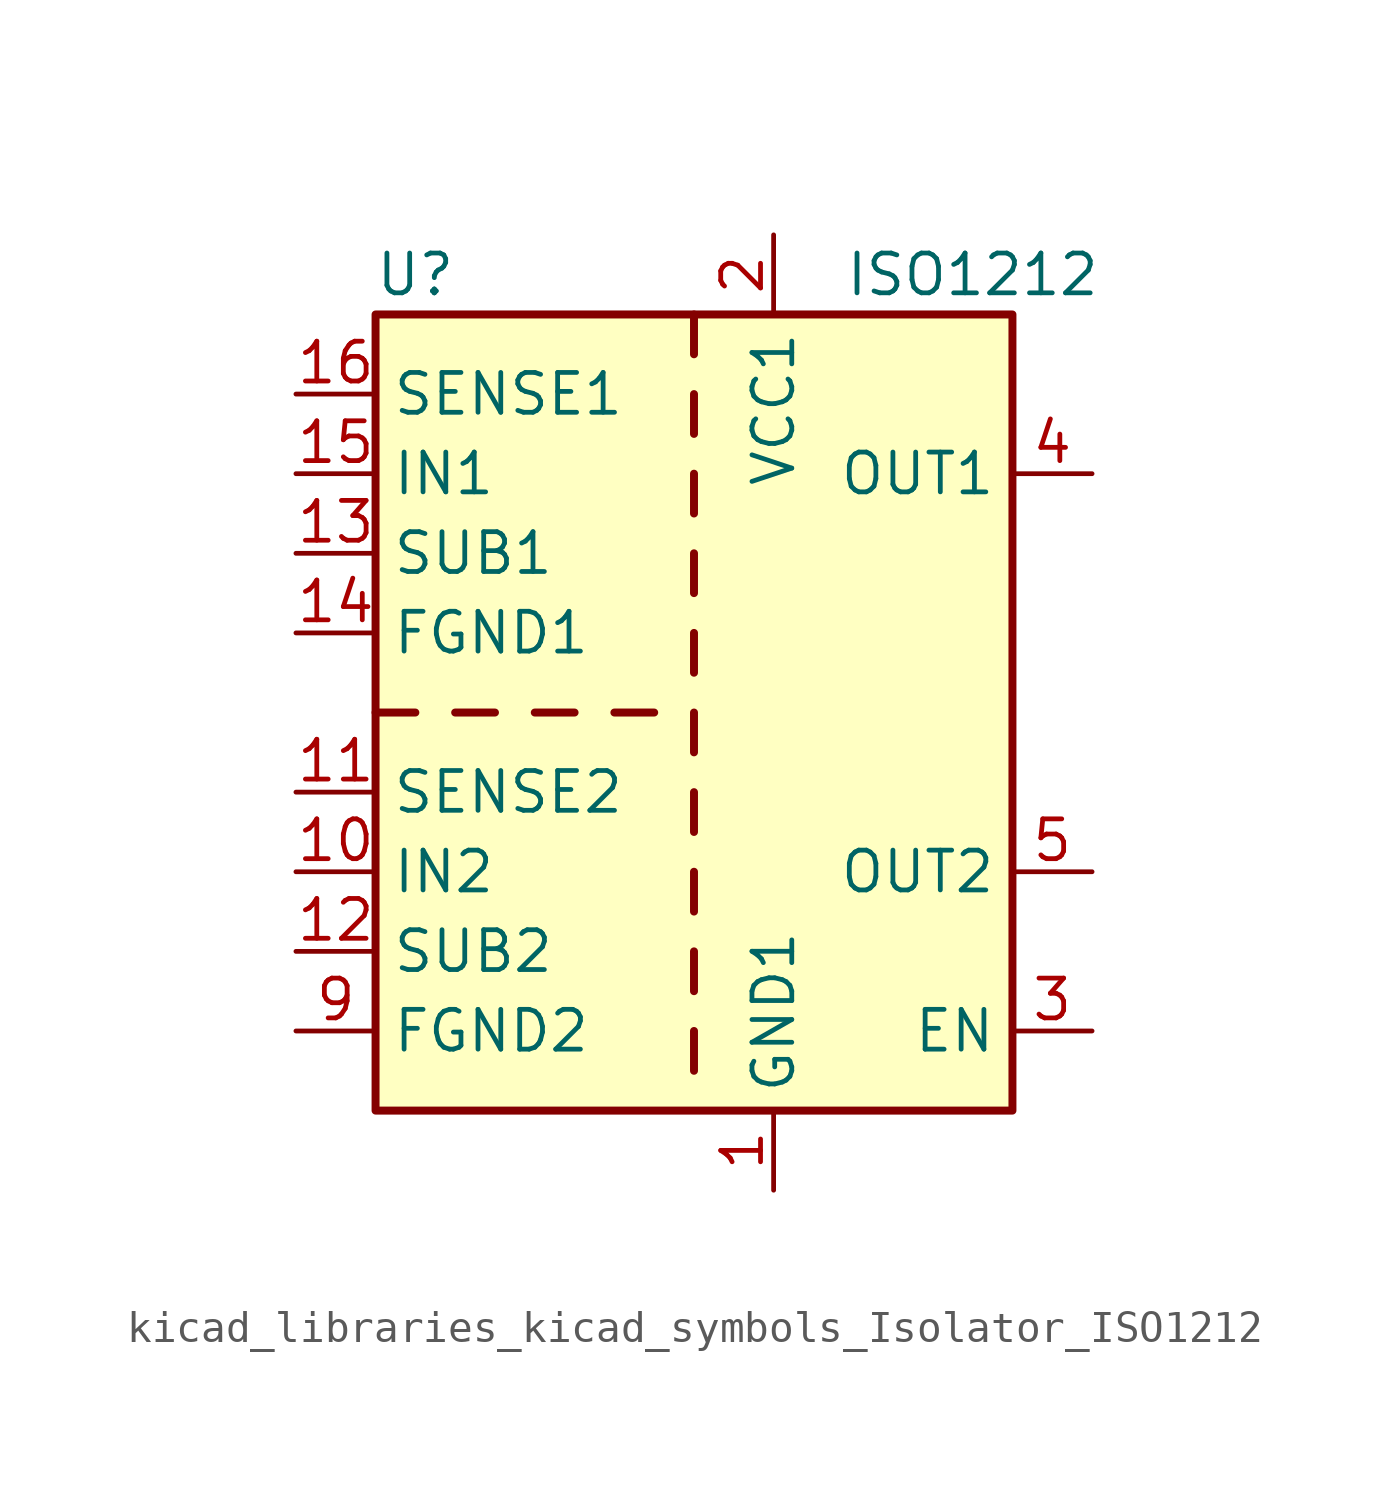
<source format=kicad_sym>
(kicad_symbol_lib
  (version 20220914)
  (generator kicad_symbol_editor)
  (symbol "kicad_libraries_kicad_symbols_Isolator_ISO1212"
    (property "Reference" "U"
      (at -8.89 13.97 0)
      (effects (font (size 1.27 1.27))))
    (property "Value" "ISO1212"
      (at 8.89 13.97 0)
      (effects (font (size 1.27 1.27))))
    (symbol "kicad_libraries_kicad_symbols_Isolator_ISO1212_0_1"
      (rectangle (start -10.16 12.7) (end 10.16 -12.7) (stroke (width 0.254) (type default)) (fill (type background)))
      (polyline (pts (xy -8.89 0) (xy -10.16 0)) (stroke (width 0.254) (type default)) (fill (type none)))
      (polyline (pts (xy -6.35 0) (xy -7.62 0)) (stroke (width 0.254) (type default)) (fill (type none)))
      (polyline (pts (xy -3.81 0) (xy -5.08 0)) (stroke (width 0.254) (type default)) (fill (type none)))
      (polyline (pts (xy -1.27 0) (xy -2.54 0)) (stroke (width 0.254) (type default)) (fill (type none)))
      (polyline (pts (xy 0 -10.16) (xy 0 -11.43)) (stroke (width 0.254) (type default)) (fill (type none)))
      (polyline (pts (xy 0 -7.62) (xy 0 -8.89)) (stroke (width 0.254) (type default)) (fill (type none)))
      (polyline (pts (xy 0 -6.35) (xy 0 -5.08)) (stroke (width 0.254) (type default)) (fill (type none)))
      (polyline (pts (xy 0 -3.81) (xy 0 -2.54)) (stroke (width 0.254) (type default)) (fill (type none)))
      (polyline (pts (xy 0 -1.27) (xy 0 0)) (stroke (width 0.254) (type default)) (fill (type none)))
      (polyline (pts (xy 0 1.27) (xy 0 2.54)) (stroke (width 0.254) (type default)) (fill (type none)))
      (polyline (pts (xy 0 3.81) (xy 0 5.08)) (stroke (width 0.254) (type default)) (fill (type none)))
      (polyline (pts (xy 0 6.35) (xy 0 7.62)) (stroke (width 0.254) (type default)) (fill (type none)))
      (polyline (pts (xy 0 8.89) (xy 0 10.16)) (stroke (width 0.254) (type default)) (fill (type none)))
      (polyline (pts (xy 0 11.43) (xy 0 12.7)) (stroke (width 0.254) (type default)) (fill (type none))))
    (symbol "kicad_libraries_kicad_symbols_Isolator_ISO1212_1_1"
      (pin power_in line (at 2.54 -15.24 90) (length 2.54) (name "GND1" (effects (font (size 1.27 1.27)))) (number "1" (effects (font (size 1.27 1.27)))))
      (pin input line (at -12.7 -5.08 0) (length 2.54) (name "IN2" (effects (font (size 1.27 1.27)))) (number "10" (effects (font (size 1.27 1.27)))))
      (pin input line (at -12.7 -2.54 0) (length 2.54) (name "SENSE2" (effects (font (size 1.27 1.27)))) (number "11" (effects (font (size 1.27 1.27)))))
      (pin passive line (at -12.7 -7.62 0) (length 2.54) (name "SUB2" (effects (font (size 1.27 1.27)))) (number "12" (effects (font (size 1.27 1.27)))))
      (pin passive line (at -12.7 5.08 0) (length 2.54) (name "SUB1" (effects (font (size 1.27 1.27)))) (number "13" (effects (font (size 1.27 1.27)))))
      (pin power_in line (at -12.7 2.54 0) (length 2.54) (name "FGND1" (effects (font (size 1.27 1.27)))) (number "14" (effects (font (size 1.27 1.27)))))
      (pin input line (at -12.7 7.62 0) (length 2.54) (name "IN1" (effects (font (size 1.27 1.27)))) (number "15" (effects (font (size 1.27 1.27)))))
      (pin input line (at -12.7 10.16 0) (length 2.54) (name "SENSE1" (effects (font (size 1.27 1.27)))) (number "16" (effects (font (size 1.27 1.27)))))
      (pin power_in line (at 2.54 15.24 270) (length 2.54) (name "VCC1" (effects (font (size 1.27 1.27)))) (number "2" (effects (font (size 1.27 1.27)))))
      (pin input line (at 12.7 -10.16 180) (length 2.54) (name "EN" (effects (font (size 1.27 1.27)))) (number "3" (effects (font (size 1.27 1.27)))))
      (pin tri_state line (at 12.7 7.62 180) (length 2.54) (name "OUT1" (effects (font (size 1.27 1.27)))) (number "4" (effects (font (size 1.27 1.27)))))
      (pin tri_state line (at 12.7 -5.08 180) (length 2.54) (name "OUT2" (effects (font (size 1.27 1.27)))) (number "5" (effects (font (size 1.27 1.27)))))
      (pin no_connect line (at 10.16 2.54 180) (length 2.54) hide (name "NC" (effects (font (size 1.27 1.27)))) (number "6" (effects (font (size 1.27 1.27)))))
      (pin no_connect line (at 10.16 0 180) (length 2.54) hide (name "NC" (effects (font (size 1.27 1.27)))) (number "7" (effects (font (size 1.27 1.27)))))
      (pin passive line (at 2.54 -15.24 90) (length 2.54) hide (name "GND1" (effects (font (size 1.27 1.27)))) (number "8" (effects (font (size 1.27 1.27)))))
      (pin power_in line (at -12.7 -10.16 0) (length 2.54) (name "FGND2" (effects (font (size 1.27 1.27)))) (number "9" (effects (font (size 1.27 1.27))))))))
</source>
